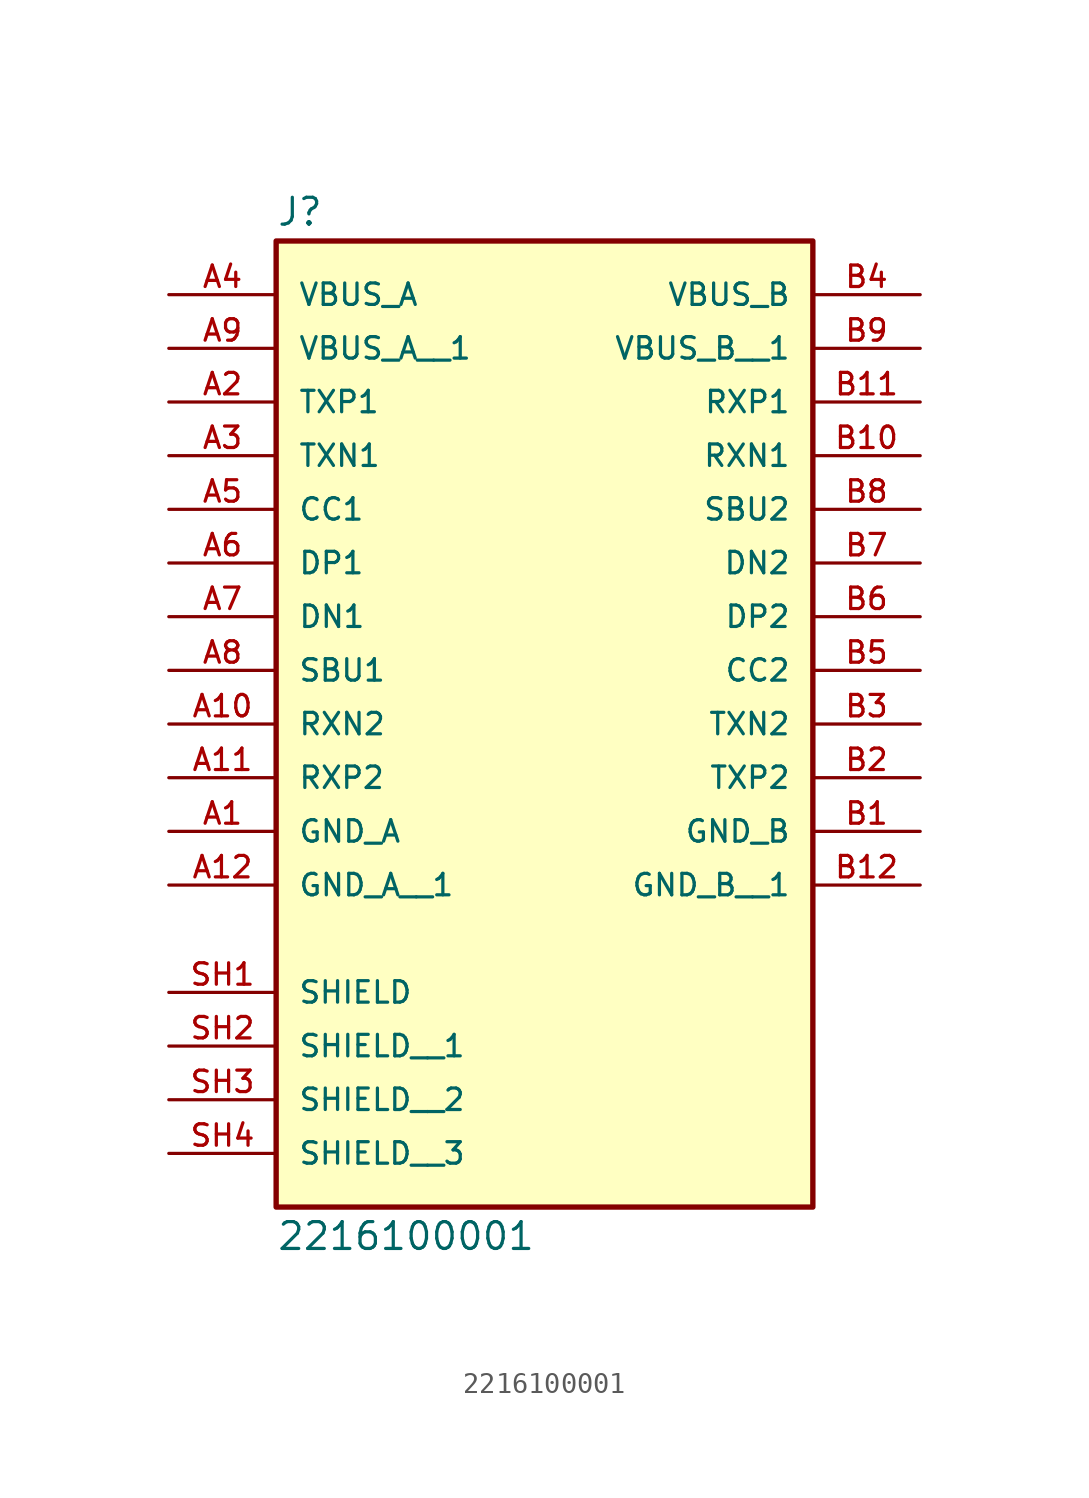
<source format=kicad_sym>
(kicad_symbol_lib
  (version 20211014)
  (generator kicad_symbol_editor)
  (symbol "2216100001"
    (pin_names
      (offset 1.016))
    (property "Reference" "J"
      (at -12.7 15.875 0)
      (effects (font (size 1.27 1.27)) (justify bottom left)))
    (property "Value" "2216100001"
      (at -12.7 -31.115 0)
      (effects (font (size 1.27 1.27)) (justify top left)))
    (symbol "2216100001_0_0"
      (rectangle (start -12.7 -30.48) (end 12.7 15.24) (stroke (width 0.254)) (fill (type background)))
      (pin power_in line (at 17.78 12.7 180.0) (length 5.08) (name "VBUS_B" (effects (font (size 1.016 1.016)))) (number "B4" (effects (font (size 1.016 1.016)))))
      (pin power_in line (at -17.78 -12.7 0) (length 5.08) (name "GND_A" (effects (font (size 1.016 1.016)))) (number "A1" (effects (font (size 1.016 1.016)))))
      (pin bidirectional line (at -17.78 2.54 0) (length 5.08) (name "CC1" (effects (font (size 1.016 1.016)))) (number "A5" (effects (font (size 1.016 1.016)))))
      (pin bidirectional line (at -17.78 -5.08 0) (length 5.08) (name "SBU1" (effects (font (size 1.016 1.016)))) (number "A8" (effects (font (size 1.016 1.016)))))
      (pin bidirectional line (at 17.78 -5.08 180.0) (length 5.08) (name "CC2" (effects (font (size 1.016 1.016)))) (number "B5" (effects (font (size 1.016 1.016)))))
      (pin bidirectional line (at 17.78 2.54 180.0) (length 5.08) (name "SBU2" (effects (font (size 1.016 1.016)))) (number "B8" (effects (font (size 1.016 1.016)))))
      (pin bidirectional line (at -17.78 0.0 0) (length 5.08) (name "DP1" (effects (font (size 1.016 1.016)))) (number "A6" (effects (font (size 1.016 1.016)))))
      (pin bidirectional line (at -17.78 -2.54 0) (length 5.08) (name "DN1" (effects (font (size 1.016 1.016)))) (number "A7" (effects (font (size 1.016 1.016)))))
      (pin bidirectional line (at 17.78 -2.54 180.0) (length 5.08) (name "DP2" (effects (font (size 1.016 1.016)))) (number "B6" (effects (font (size 1.016 1.016)))))
      (pin bidirectional line (at 17.78 0.0 180.0) (length 5.08) (name "DN2" (effects (font (size 1.016 1.016)))) (number "B7" (effects (font (size 1.016 1.016)))))
      (pin bidirectional line (at -17.78 7.62 0) (length 5.08) (name "TXP1" (effects (font (size 1.016 1.016)))) (number "A2" (effects (font (size 1.016 1.016)))))
      (pin bidirectional line (at -17.78 5.08 0) (length 5.08) (name "TXN1" (effects (font (size 1.016 1.016)))) (number "A3" (effects (font (size 1.016 1.016)))))
      (pin bidirectional line (at 17.78 -10.16 180.0) (length 5.08) (name "TXP2" (effects (font (size 1.016 1.016)))) (number "B2" (effects (font (size 1.016 1.016)))))
      (pin bidirectional line (at 17.78 -7.62 180.0) (length 5.08) (name "TXN2" (effects (font (size 1.016 1.016)))) (number "B3" (effects (font (size 1.016 1.016)))))
      (pin bidirectional line (at -17.78 -10.16 0) (length 5.08) (name "RXP2" (effects (font (size 1.016 1.016)))) (number "A11" (effects (font (size 1.016 1.016)))))
      (pin bidirectional line (at -17.78 -7.62 0) (length 5.08) (name "RXN2" (effects (font (size 1.016 1.016)))) (number "A10" (effects (font (size 1.016 1.016)))))
      (pin bidirectional line (at 17.78 7.62 180.0) (length 5.08) (name "RXP1" (effects (font (size 1.016 1.016)))) (number "B11" (effects (font (size 1.016 1.016)))))
      (pin bidirectional line (at 17.78 5.08 180.0) (length 5.08) (name "RXN1" (effects (font (size 1.016 1.016)))) (number "B10" (effects (font (size 1.016 1.016)))))
      (pin power_in line (at -17.78 12.7 0) (length 5.08) (name "VBUS_A" (effects (font (size 1.016 1.016)))) (number "A4" (effects (font (size 1.016 1.016)))))
      (pin power_in line (at 17.78 -12.7 180.0) (length 5.08) (name "GND_B" (effects (font (size 1.016 1.016)))) (number "B1" (effects (font (size 1.016 1.016)))))
      (pin passive line (at -17.78 -20.32 0) (length 5.08) (name "SHIELD" (effects (font (size 1.016 1.016)))) (number "SH1" (effects (font (size 1.016 1.016)))))
      (pin power_in line (at -17.78 10.16 0) (length 5.08) (name "VBUS_A__1" (effects (font (size 1.016 1.016)))) (number "A9" (effects (font (size 1.016 1.016)))))
      (pin power_in line (at -17.78 -15.24 0) (length 5.08) (name "GND_A__1" (effects (font (size 1.016 1.016)))) (number "A12" (effects (font (size 1.016 1.016)))))
      (pin passive line (at -17.78 -22.86 0) (length 5.08) (name "SHIELD__1" (effects (font (size 1.016 1.016)))) (number "SH2" (effects (font (size 1.016 1.016)))))
      (pin passive line (at -17.78 -25.4 0) (length 5.08) (name "SHIELD__2" (effects (font (size 1.016 1.016)))) (number "SH3" (effects (font (size 1.016 1.016)))))
      (pin passive line (at -17.78 -27.94 0) (length 5.08) (name "SHIELD__3" (effects (font (size 1.016 1.016)))) (number "SH4" (effects (font (size 1.016 1.016)))))
      (pin power_in line (at 17.78 10.16 180.0) (length 5.08) (name "VBUS_B__1" (effects (font (size 1.016 1.016)))) (number "B9" (effects (font (size 1.016 1.016)))))
      (pin power_in line (at 17.78 -15.24 180.0) (length 5.08) (name "GND_B__1" (effects (font (size 1.016 1.016)))) (number "B12" (effects (font (size 1.016 1.016))))))))
</source>
